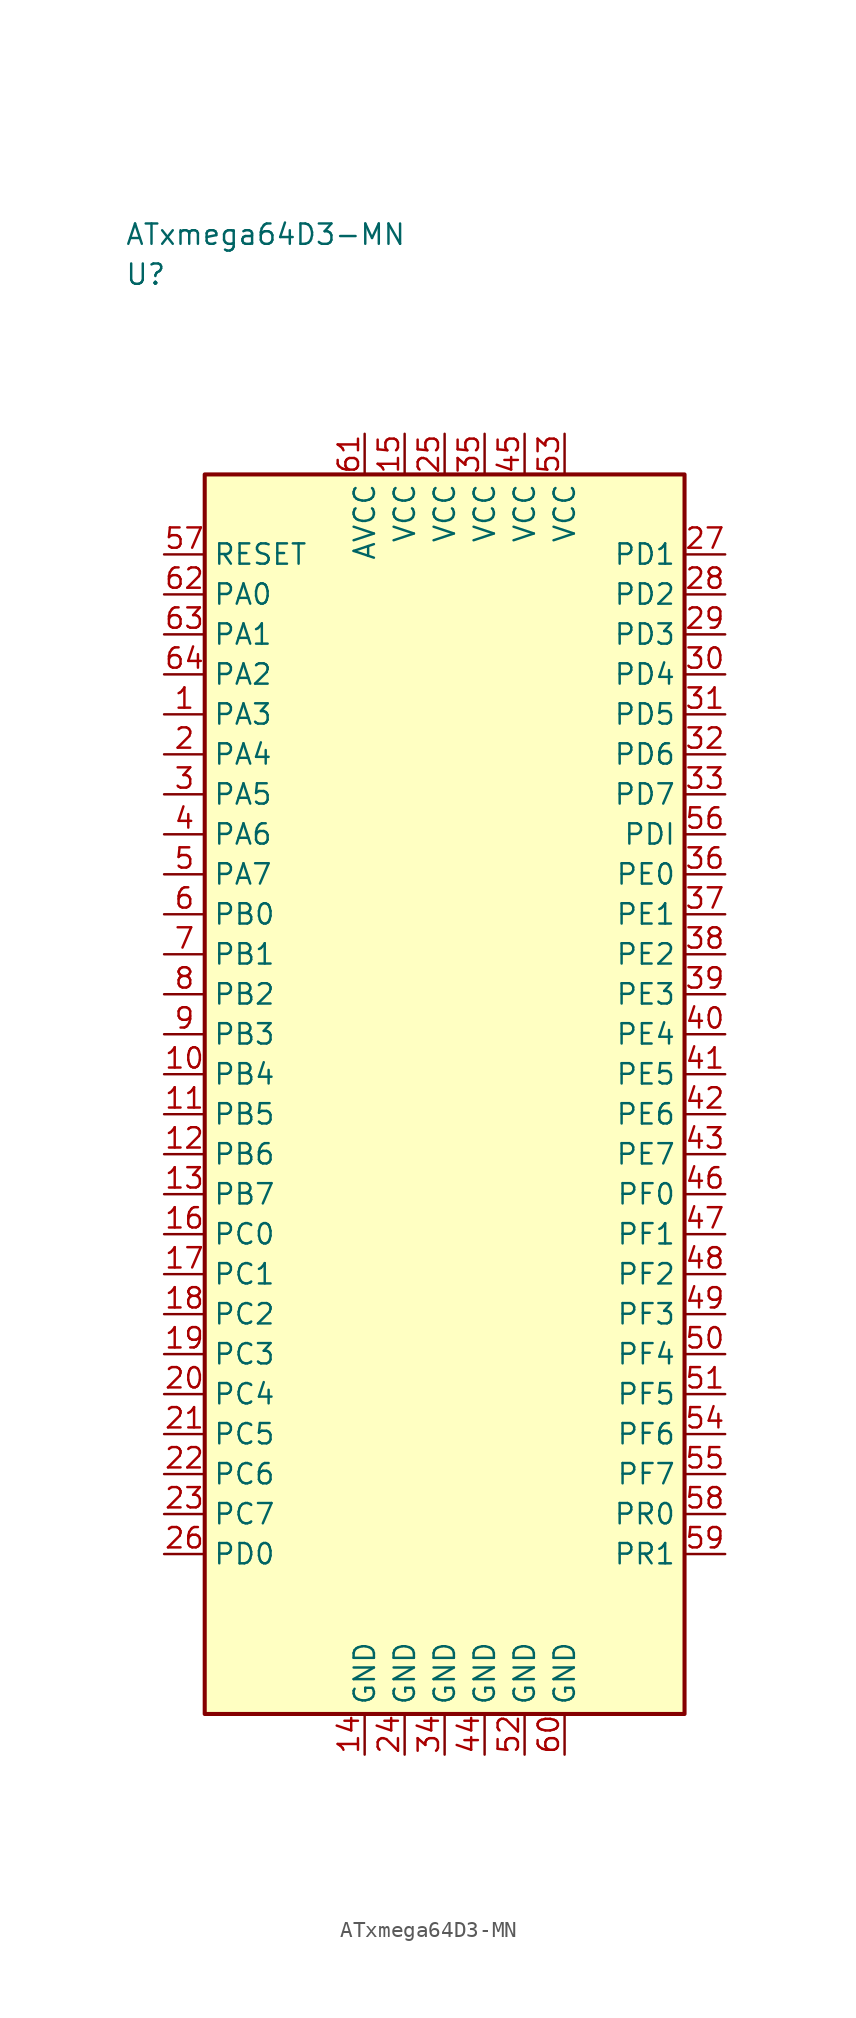
<source format=kicad_sym>
(kicad_symbol_lib
  (version 20241025)
  (generator "kicad_symbol_editor")
  (generator_version "8.0")
  (symbol "ATxmega64D3-MN"
    (property "Reference" "U"
      (at -20.0 51.25 0)
      (effects (font (size 1.27 1.27)) (justify left)))
    (property "Value" "ATxmega64D3-MN"
      (at -20.0 53.75 0)
      (effects (font (size 1.27 1.27)) (justify left)))
    (symbol "ATxmega64D3-MN_0_1"
      (rectangle (start -15.0 38.75) (end 15.0 -38.75) (stroke (width 0.254) (type default)) (fill (type background))))
    (symbol "ATxmega64D3-MN_1_1"
      (pin bidirectional line (at -17.54 23.75 0.0) (length 2.54) (name "PA3" (effects (font (size 1.27 1.27)))) (number "1" (effects (font (size 1.27 1.27)))))
      (pin bidirectional line (at -17.54 21.25 0.0) (length 2.54) (name "PA4" (effects (font (size 1.27 1.27)))) (number "2" (effects (font (size 1.27 1.27)))))
      (pin bidirectional line (at -17.54 18.75 0.0) (length 2.54) (name "PA5" (effects (font (size 1.27 1.27)))) (number "3" (effects (font (size 1.27 1.27)))))
      (pin bidirectional line (at -17.54 16.25 0.0) (length 2.54) (name "PA6" (effects (font (size 1.27 1.27)))) (number "4" (effects (font (size 1.27 1.27)))))
      (pin bidirectional line (at -17.54 13.75 0.0) (length 2.54) (name "PA7" (effects (font (size 1.27 1.27)))) (number "5" (effects (font (size 1.27 1.27)))))
      (pin bidirectional line (at -17.54 11.25 0.0) (length 2.54) (name "PB0" (effects (font (size 1.27 1.27)))) (number "6" (effects (font (size 1.27 1.27)))))
      (pin bidirectional line (at -17.54 8.75 0.0) (length 2.54) (name "PB1" (effects (font (size 1.27 1.27)))) (number "7" (effects (font (size 1.27 1.27)))))
      (pin bidirectional line (at -17.54 6.25 0.0) (length 2.54) (name "PB2" (effects (font (size 1.27 1.27)))) (number "8" (effects (font (size 1.27 1.27)))))
      (pin bidirectional line (at -17.54 3.75 0.0) (length 2.54) (name "PB3" (effects (font (size 1.27 1.27)))) (number "9" (effects (font (size 1.27 1.27)))))
      (pin bidirectional line (at -17.54 1.25 0.0) (length 2.54) (name "PB4" (effects (font (size 1.27 1.27)))) (number "10" (effects (font (size 1.27 1.27)))))
      (pin bidirectional line (at -17.54 -1.25 0.0) (length 2.54) (name "PB5" (effects (font (size 1.27 1.27)))) (number "11" (effects (font (size 1.27 1.27)))))
      (pin bidirectional line (at -17.54 -3.75 0.0) (length 2.54) (name "PB6" (effects (font (size 1.27 1.27)))) (number "12" (effects (font (size 1.27 1.27)))))
      (pin bidirectional line (at -17.54 -6.25 0.0) (length 2.54) (name "PB7" (effects (font (size 1.27 1.27)))) (number "13" (effects (font (size 1.27 1.27)))))
      (pin passive line (at -5.0 -41.29 90.0) (length 2.54) (name "GND" (effects (font (size 1.27 1.27)))) (number "14" (effects (font (size 1.27 1.27)))))
      (pin power_in line (at -2.5 41.29 270.0) (length 2.54) (name "VCC" (effects (font (size 1.27 1.27)))) (number "15" (effects (font (size 1.27 1.27)))))
      (pin bidirectional line (at -17.54 -8.75 0.0) (length 2.54) (name "PC0" (effects (font (size 1.27 1.27)))) (number "16" (effects (font (size 1.27 1.27)))))
      (pin bidirectional line (at -17.54 -11.25 0.0) (length 2.54) (name "PC1" (effects (font (size 1.27 1.27)))) (number "17" (effects (font (size 1.27 1.27)))))
      (pin bidirectional line (at -17.54 -13.75 0.0) (length 2.54) (name "PC2" (effects (font (size 1.27 1.27)))) (number "18" (effects (font (size 1.27 1.27)))))
      (pin bidirectional line (at -17.54 -16.25 0.0) (length 2.54) (name "PC3" (effects (font (size 1.27 1.27)))) (number "19" (effects (font (size 1.27 1.27)))))
      (pin bidirectional line (at -17.54 -18.75 0.0) (length 2.54) (name "PC4" (effects (font (size 1.27 1.27)))) (number "20" (effects (font (size 1.27 1.27)))))
      (pin bidirectional line (at -17.54 -21.25 0.0) (length 2.54) (name "PC5" (effects (font (size 1.27 1.27)))) (number "21" (effects (font (size 1.27 1.27)))))
      (pin bidirectional line (at -17.54 -23.75 0.0) (length 2.54) (name "PC6" (effects (font (size 1.27 1.27)))) (number "22" (effects (font (size 1.27 1.27)))))
      (pin bidirectional line (at -17.54 -26.25 0.0) (length 2.54) (name "PC7" (effects (font (size 1.27 1.27)))) (number "23" (effects (font (size 1.27 1.27)))))
      (pin passive line (at -2.5 -41.29 90.0) (length 2.54) (name "GND" (effects (font (size 1.27 1.27)))) (number "24" (effects (font (size 1.27 1.27)))))
      (pin power_in line (at 0.0 41.29 270.0) (length 2.54) (name "VCC" (effects (font (size 1.27 1.27)))) (number "25" (effects (font (size 1.27 1.27)))))
      (pin bidirectional line (at -17.54 -28.75 0.0) (length 2.54) (name "PD0" (effects (font (size 1.27 1.27)))) (number "26" (effects (font (size 1.27 1.27)))))
      (pin bidirectional line (at 17.54 33.75 180.0) (length 2.54) (name "PD1" (effects (font (size 1.27 1.27)))) (number "27" (effects (font (size 1.27 1.27)))))
      (pin bidirectional line (at 17.54 31.25 180.0) (length 2.54) (name "PD2" (effects (font (size 1.27 1.27)))) (number "28" (effects (font (size 1.27 1.27)))))
      (pin bidirectional line (at 17.54 28.75 180.0) (length 2.54) (name "PD3" (effects (font (size 1.27 1.27)))) (number "29" (effects (font (size 1.27 1.27)))))
      (pin bidirectional line (at 17.54 26.25 180.0) (length 2.54) (name "PD4" (effects (font (size 1.27 1.27)))) (number "30" (effects (font (size 1.27 1.27)))))
      (pin bidirectional line (at 17.54 23.75 180.0) (length 2.54) (name "PD5" (effects (font (size 1.27 1.27)))) (number "31" (effects (font (size 1.27 1.27)))))
      (pin bidirectional line (at 17.54 21.25 180.0) (length 2.54) (name "PD6" (effects (font (size 1.27 1.27)))) (number "32" (effects (font (size 1.27 1.27)))))
      (pin bidirectional line (at 17.54 18.75 180.0) (length 2.54) (name "PD7" (effects (font (size 1.27 1.27)))) (number "33" (effects (font (size 1.27 1.27)))))
      (pin passive line (at 0.0 -41.29 90.0) (length 2.54) (name "GND" (effects (font (size 1.27 1.27)))) (number "34" (effects (font (size 1.27 1.27)))))
      (pin power_in line (at 2.5 41.29 270.0) (length 2.54) (name "VCC" (effects (font (size 1.27 1.27)))) (number "35" (effects (font (size 1.27 1.27)))))
      (pin bidirectional line (at 17.54 13.75 180.0) (length 2.54) (name "PE0" (effects (font (size 1.27 1.27)))) (number "36" (effects (font (size 1.27 1.27)))))
      (pin bidirectional line (at 17.54 11.25 180.0) (length 2.54) (name "PE1" (effects (font (size 1.27 1.27)))) (number "37" (effects (font (size 1.27 1.27)))))
      (pin bidirectional line (at 17.54 8.75 180.0) (length 2.54) (name "PE2" (effects (font (size 1.27 1.27)))) (number "38" (effects (font (size 1.27 1.27)))))
      (pin bidirectional line (at 17.54 6.25 180.0) (length 2.54) (name "PE3" (effects (font (size 1.27 1.27)))) (number "39" (effects (font (size 1.27 1.27)))))
      (pin bidirectional line (at 17.54 3.75 180.0) (length 2.54) (name "PE4" (effects (font (size 1.27 1.27)))) (number "40" (effects (font (size 1.27 1.27)))))
      (pin bidirectional line (at 17.54 1.25 180.0) (length 2.54) (name "PE5" (effects (font (size 1.27 1.27)))) (number "41" (effects (font (size 1.27 1.27)))))
      (pin bidirectional line (at 17.54 -1.25 180.0) (length 2.54) (name "PE6" (effects (font (size 1.27 1.27)))) (number "42" (effects (font (size 1.27 1.27)))))
      (pin bidirectional line (at 17.54 -3.75 180.0) (length 2.54) (name "PE7" (effects (font (size 1.27 1.27)))) (number "43" (effects (font (size 1.27 1.27)))))
      (pin passive line (at 2.5 -41.29 90.0) (length 2.54) (name "GND" (effects (font (size 1.27 1.27)))) (number "44" (effects (font (size 1.27 1.27)))))
      (pin power_in line (at 5.0 41.29 270.0) (length 2.54) (name "VCC" (effects (font (size 1.27 1.27)))) (number "45" (effects (font (size 1.27 1.27)))))
      (pin bidirectional line (at 17.54 -6.25 180.0) (length 2.54) (name "PF0" (effects (font (size 1.27 1.27)))) (number "46" (effects (font (size 1.27 1.27)))))
      (pin bidirectional line (at 17.54 -8.75 180.0) (length 2.54) (name "PF1" (effects (font (size 1.27 1.27)))) (number "47" (effects (font (size 1.27 1.27)))))
      (pin bidirectional line (at 17.54 -11.25 180.0) (length 2.54) (name "PF2" (effects (font (size 1.27 1.27)))) (number "48" (effects (font (size 1.27 1.27)))))
      (pin bidirectional line (at 17.54 -13.75 180.0) (length 2.54) (name "PF3" (effects (font (size 1.27 1.27)))) (number "49" (effects (font (size 1.27 1.27)))))
      (pin bidirectional line (at 17.54 -16.25 180.0) (length 2.54) (name "PF4" (effects (font (size 1.27 1.27)))) (number "50" (effects (font (size 1.27 1.27)))))
      (pin bidirectional line (at 17.54 -18.75 180.0) (length 2.54) (name "PF5" (effects (font (size 1.27 1.27)))) (number "51" (effects (font (size 1.27 1.27)))))
      (pin passive line (at 5.0 -41.29 90.0) (length 2.54) (name "GND" (effects (font (size 1.27 1.27)))) (number "52" (effects (font (size 1.27 1.27)))))
      (pin power_in line (at 7.5 41.29 270.0) (length 2.54) (name "VCC" (effects (font (size 1.27 1.27)))) (number "53" (effects (font (size 1.27 1.27)))))
      (pin bidirectional line (at 17.54 -21.25 180.0) (length 2.54) (name "PF6" (effects (font (size 1.27 1.27)))) (number "54" (effects (font (size 1.27 1.27)))))
      (pin bidirectional line (at 17.54 -23.75 180.0) (length 2.54) (name "PF7" (effects (font (size 1.27 1.27)))) (number "55" (effects (font (size 1.27 1.27)))))
      (pin bidirectional line (at 17.54 16.25 180.0) (length 2.54) (name "PDI" (effects (font (size 1.27 1.27)))) (number "56" (effects (font (size 1.27 1.27)))))
      (pin input line (at -17.54 33.75 0.0) (length 2.54) (name "RESET" (effects (font (size 1.27 1.27)))) (number "57" (effects (font (size 1.27 1.27)))))
      (pin bidirectional line (at 17.54 -26.25 180.0) (length 2.54) (name "PR0" (effects (font (size 1.27 1.27)))) (number "58" (effects (font (size 1.27 1.27)))))
      (pin bidirectional line (at 17.54 -28.75 180.0) (length 2.54) (name "PR1" (effects (font (size 1.27 1.27)))) (number "59" (effects (font (size 1.27 1.27)))))
      (pin passive line (at 7.5 -41.29 90.0) (length 2.54) (name "GND" (effects (font (size 1.27 1.27)))) (number "60" (effects (font (size 1.27 1.27)))))
      (pin power_in line (at -5.0 41.29 270.0) (length 2.54) (name "AVCC" (effects (font (size 1.27 1.27)))) (number "61" (effects (font (size 1.27 1.27)))))
      (pin bidirectional line (at -17.54 31.25 0.0) (length 2.54) (name "PA0" (effects (font (size 1.27 1.27)))) (number "62" (effects (font (size 1.27 1.27)))))
      (pin bidirectional line (at -17.54 28.75 0.0) (length 2.54) (name "PA1" (effects (font (size 1.27 1.27)))) (number "63" (effects (font (size 1.27 1.27)))))
      (pin bidirectional line (at -17.54 26.25 0.0) (length 2.54) (name "PA2" (effects (font (size 1.27 1.27)))) (number "64" (effects (font (size 1.27 1.27))))))))
</source>
